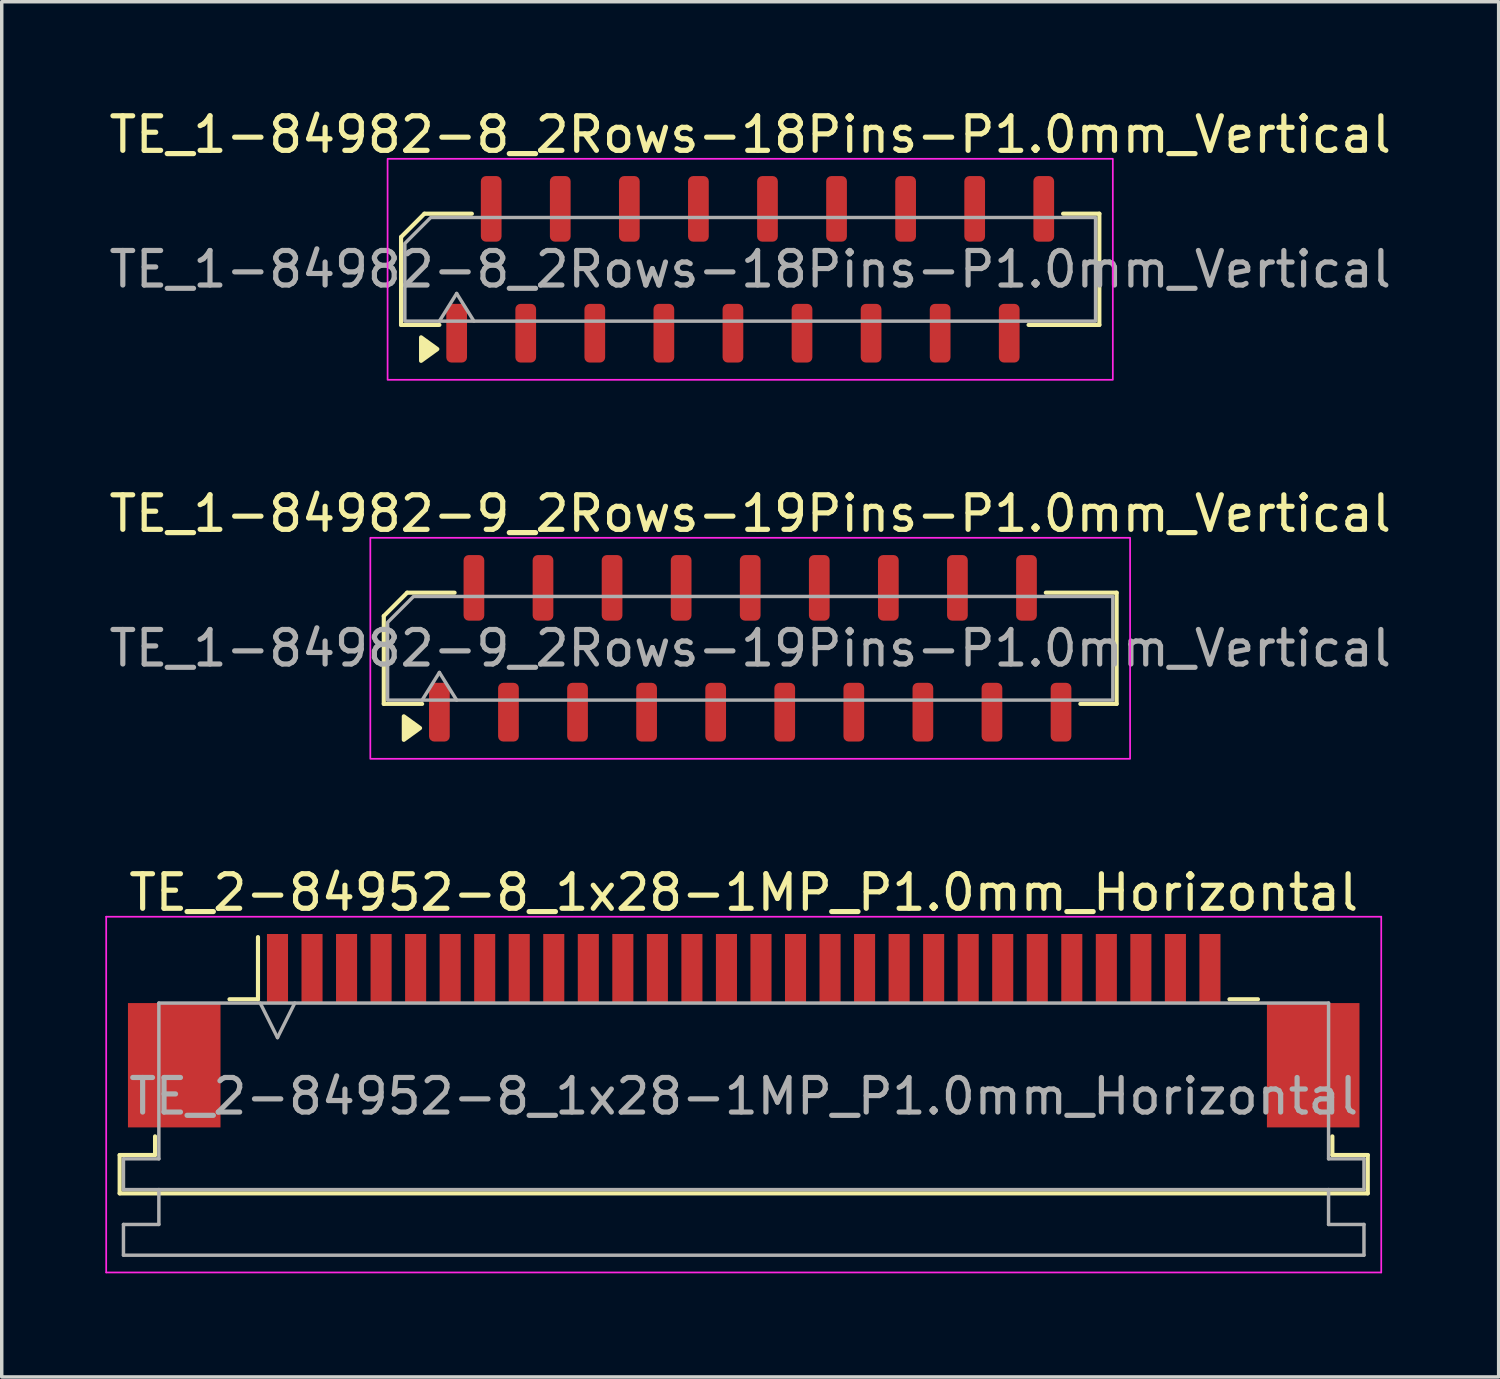
<source format=kicad_pcb>
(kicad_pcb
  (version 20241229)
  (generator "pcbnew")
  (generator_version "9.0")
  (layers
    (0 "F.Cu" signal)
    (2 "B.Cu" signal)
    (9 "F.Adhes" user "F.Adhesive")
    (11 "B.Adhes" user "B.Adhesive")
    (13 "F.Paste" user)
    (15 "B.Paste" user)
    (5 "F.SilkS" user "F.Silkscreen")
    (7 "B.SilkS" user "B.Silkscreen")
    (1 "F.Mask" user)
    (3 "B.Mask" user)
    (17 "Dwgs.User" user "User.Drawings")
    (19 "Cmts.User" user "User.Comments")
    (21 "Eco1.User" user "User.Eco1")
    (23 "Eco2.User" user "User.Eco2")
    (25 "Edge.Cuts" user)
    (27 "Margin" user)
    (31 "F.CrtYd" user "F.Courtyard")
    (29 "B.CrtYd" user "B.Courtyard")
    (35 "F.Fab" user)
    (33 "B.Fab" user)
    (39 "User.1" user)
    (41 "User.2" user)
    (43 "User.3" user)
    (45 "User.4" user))
  (footprint "TE_1-84982-9_2Rows-19Pins-P1.0mm_Vertical"
    (layer "F.Cu")
    (at 18.673 15.722)
    (property "Reference" "TE_1-84982-9_2Rows-19Pins-P1.0mm_Vertical" (at 0 -3.9 0) (layer "F.SilkS") (effects (font (size 1 1) (thickness 0.15))))
    (attr smd)
    (fp_line (start -10.61 -0.934) (end -10.61 1.61) (stroke (width 0.12) (type solid)) (layer "F.SilkS"))
    (fp_line (start -10.61 1.61) (end -9.5 1.61) (stroke (width 0.12) (type solid)) (layer "F.SilkS"))
    (fp_line (start -9.934 -1.61) (end -10.61 -0.934) (stroke (width 0.12) (type solid)) (layer "F.SilkS"))
    (fp_line (start -8.56 -1.61) (end -9.934 -1.61) (stroke (width 0.12) (type solid)) (layer "F.SilkS"))
    (fp_line (start 9.56 1.61) (end 10.61 1.61) (stroke (width 0.12) (type solid)) (layer "F.SilkS"))
    (fp_line (start 10.61 -1.61) (end 8.56 -1.61) (stroke (width 0.12) (type solid)) (layer "F.SilkS"))
    (fp_line (start 10.61 1.61) (end 10.61 -1.61) (stroke (width 0.12) (type solid)) (layer "F.SilkS"))
    (fp_poly (pts (xy -9.56 2.31) (xy -10.03 2.65) (xy -10.03 1.97)) (stroke (width 0.12) (type solid)) (fill yes) (layer "F.SilkS"))
    (fp_rect (start -11 -3.2) (end 11 3.2) (stroke (width 0.05) (type solid)) (fill no) (layer "F.CrtYd"))
    (fp_line (start -9.5 1.5) (end -9 0.7) (stroke (width 0.1) (type solid)) (layer "F.Fab"))
    (fp_line (start -9 0.7) (end -8.5 1.5) (stroke (width 0.1) (type solid)) (layer "F.Fab"))
    (fp_poly (pts (xy -10.5 -0.75) (xy -10.5 1.5) (xy 10.5 1.5) (xy 10.5 -1.5) (xy -9.75 -1.5)) (stroke (width 0.1) (type solid)) (fill no) (layer "F.Fab"))
    (fp_text user "${REFERENCE}" (at 0 0 0) (layer "F.Fab") (effects (font (size 1 1) (thickness 0.15))))
    (pad "1" smd roundrect (at -9 1.85) (size 0.6 1.7) (layers "F.Cu" "F.Mask" "F.Paste") (roundrect_rratio 0.25))
    (pad "2" smd roundrect (at -8 -1.75) (size 0.6 1.9) (layers "F.Cu" "F.Mask" "F.Paste") (roundrect_rratio 0.25))
    (pad "3" smd roundrect (at -7 1.85) (size 0.6 1.7) (layers "F.Cu" "F.Mask" "F.Paste") (roundrect_rratio 0.25))
    (pad "4" smd roundrect (at -6 -1.75) (size 0.6 1.9) (layers "F.Cu" "F.Mask" "F.Paste") (roundrect_rratio 0.25))
    (pad "5" smd roundrect (at -5 1.85) (size 0.6 1.7) (layers "F.Cu" "F.Mask" "F.Paste") (roundrect_rratio 0.25))
    (pad "6" smd roundrect (at -4 -1.75) (size 0.6 1.9) (layers "F.Cu" "F.Mask" "F.Paste") (roundrect_rratio 0.25))
    (pad "7" smd roundrect (at -3 1.85) (size 0.6 1.7) (layers "F.Cu" "F.Mask" "F.Paste") (roundrect_rratio 0.25))
    (pad "8" smd roundrect (at -2 -1.75) (size 0.6 1.9) (layers "F.Cu" "F.Mask" "F.Paste") (roundrect_rratio 0.25))
    (pad "9" smd roundrect (at -1 1.85) (size 0.6 1.7) (layers "F.Cu" "F.Mask" "F.Paste") (roundrect_rratio 0.25))
    (pad "10" smd roundrect (at 0 -1.75) (size 0.6 1.9) (layers "F.Cu" "F.Mask" "F.Paste") (roundrect_rratio 0.25))
    (pad "11" smd roundrect (at 1 1.85) (size 0.6 1.7) (layers "F.Cu" "F.Mask" "F.Paste") (roundrect_rratio 0.25))
    (pad "12" smd roundrect (at 2 -1.75) (size 0.6 1.9) (layers "F.Cu" "F.Mask" "F.Paste") (roundrect_rratio 0.25))
    (pad "13" smd roundrect (at 3 1.85) (size 0.6 1.7) (layers "F.Cu" "F.Mask" "F.Paste") (roundrect_rratio 0.25))
    (pad "14" smd roundrect (at 4 -1.75) (size 0.6 1.9) (layers "F.Cu" "F.Mask" "F.Paste") (roundrect_rratio 0.25))
    (pad "15" smd roundrect (at 5 1.85) (size 0.6 1.7) (layers "F.Cu" "F.Mask" "F.Paste") (roundrect_rratio 0.25))
    (pad "16" smd roundrect (at 6 -1.75) (size 0.6 1.9) (layers "F.Cu" "F.Mask" "F.Paste") (roundrect_rratio 0.25))
    (pad "17" smd roundrect (at 7 1.85) (size 0.6 1.7) (layers "F.Cu" "F.Mask" "F.Paste") (roundrect_rratio 0.25))
    (pad "18" smd roundrect (at 8 -1.75) (size 0.6 1.9) (layers "F.Cu" "F.Mask" "F.Paste") (roundrect_rratio 0.25))
    (pad "19" smd roundrect (at 9 1.85) (size 0.6 1.7) (layers "F.Cu" "F.Mask" "F.Paste") (roundrect_rratio 0.25)))
  (footprint "TE_1-84982-8_2Rows-18Pins-P1.0mm_Vertical"
    (layer "F.Cu")
    (at 18.673 4.748)
    (property "Reference" "TE_1-84982-8_2Rows-18Pins-P1.0mm_Vertical" (at 0 -3.9 0) (layer "F.SilkS") (effects (font (size 1 1) (thickness 0.15))))
    (attr smd)
    (fp_line (start -10.11 -0.934) (end -10.11 1.61) (stroke (width 0.12) (type solid)) (layer "F.SilkS"))
    (fp_line (start -10.11 1.61) (end -9 1.61) (stroke (width 0.12) (type solid)) (layer "F.SilkS"))
    (fp_line (start -9.434 -1.61) (end -10.11 -0.934) (stroke (width 0.12) (type solid)) (layer "F.SilkS"))
    (fp_line (start -8.06 -1.61) (end -9.434 -1.61) (stroke (width 0.12) (type solid)) (layer "F.SilkS"))
    (fp_line (start 8.06 1.61) (end 10.11 1.61) (stroke (width 0.12) (type solid)) (layer "F.SilkS"))
    (fp_line (start 10.11 -1.61) (end 9.06 -1.61) (stroke (width 0.12) (type solid)) (layer "F.SilkS"))
    (fp_line (start 10.11 1.61) (end 10.11 -1.61) (stroke (width 0.12) (type solid)) (layer "F.SilkS"))
    (fp_poly (pts (xy -9.06 2.31) (xy -9.53 2.65) (xy -9.53 1.97)) (stroke (width 0.12) (type solid)) (fill yes) (layer "F.SilkS"))
    (fp_rect (start -10.5 -3.2) (end 10.5 3.2) (stroke (width 0.05) (type solid)) (fill no) (layer "F.CrtYd"))
    (fp_line (start -9 1.5) (end -8.5 0.7) (stroke (width 0.1) (type solid)) (layer "F.Fab"))
    (fp_line (start -8.5 0.7) (end -8 1.5) (stroke (width 0.1) (type solid)) (layer "F.Fab"))
    (fp_poly (pts (xy -10 -0.75) (xy -10 1.5) (xy 10 1.5) (xy 10 -1.5) (xy -9.25 -1.5)) (stroke (width 0.1) (type solid)) (fill no) (layer "F.Fab"))
    (fp_text user "${REFERENCE}" (at 0 0 0) (layer "F.Fab") (effects (font (size 1 1) (thickness 0.15))))
    (pad "1" smd roundrect (at -8.5 1.85) (size 0.6 1.7) (layers "F.Cu" "F.Mask" "F.Paste") (roundrect_rratio 0.25))
    (pad "2" smd roundrect (at -7.5 -1.75) (size 0.6 1.9) (layers "F.Cu" "F.Mask" "F.Paste") (roundrect_rratio 0.25))
    (pad "3" smd roundrect (at -6.5 1.85) (size 0.6 1.7) (layers "F.Cu" "F.Mask" "F.Paste") (roundrect_rratio 0.25))
    (pad "4" smd roundrect (at -5.5 -1.75) (size 0.6 1.9) (layers "F.Cu" "F.Mask" "F.Paste") (roundrect_rratio 0.25))
    (pad "5" smd roundrect (at -4.5 1.85) (size 0.6 1.7) (layers "F.Cu" "F.Mask" "F.Paste") (roundrect_rratio 0.25))
    (pad "6" smd roundrect (at -3.5 -1.75) (size 0.6 1.9) (layers "F.Cu" "F.Mask" "F.Paste") (roundrect_rratio 0.25))
    (pad "7" smd roundrect (at -2.5 1.85) (size 0.6 1.7) (layers "F.Cu" "F.Mask" "F.Paste") (roundrect_rratio 0.25))
    (pad "8" smd roundrect (at -1.5 -1.75) (size 0.6 1.9) (layers "F.Cu" "F.Mask" "F.Paste") (roundrect_rratio 0.25))
    (pad "9" smd roundrect (at -0.5 1.85) (size 0.6 1.7) (layers "F.Cu" "F.Mask" "F.Paste") (roundrect_rratio 0.25))
    (pad "10" smd roundrect (at 0.5 -1.75) (size 0.6 1.9) (layers "F.Cu" "F.Mask" "F.Paste") (roundrect_rratio 0.25))
    (pad "11" smd roundrect (at 1.5 1.85) (size 0.6 1.7) (layers "F.Cu" "F.Mask" "F.Paste") (roundrect_rratio 0.25))
    (pad "12" smd roundrect (at 2.5 -1.75) (size 0.6 1.9) (layers "F.Cu" "F.Mask" "F.Paste") (roundrect_rratio 0.25))
    (pad "13" smd roundrect (at 3.5 1.85) (size 0.6 1.7) (layers "F.Cu" "F.Mask" "F.Paste") (roundrect_rratio 0.25))
    (pad "14" smd roundrect (at 4.5 -1.75) (size 0.6 1.9) (layers "F.Cu" "F.Mask" "F.Paste") (roundrect_rratio 0.25))
    (pad "15" smd roundrect (at 5.5 1.85) (size 0.6 1.7) (layers "F.Cu" "F.Mask" "F.Paste") (roundrect_rratio 0.25))
    (pad "16" smd roundrect (at 6.5 -1.75) (size 0.6 1.9) (layers "F.Cu" "F.Mask" "F.Paste") (roundrect_rratio 0.25))
    (pad "17" smd roundrect (at 7.5 1.85) (size 0.6 1.7) (layers "F.Cu" "F.Mask" "F.Paste") (roundrect_rratio 0.25))
    (pad "18" smd roundrect (at 8.5 -1.75) (size 0.6 1.9) (layers "F.Cu" "F.Mask" "F.Paste") (roundrect_rratio 0.25)))
  (footprint "TE_2-84952-8_1x28-1MP_P1.0mm_Horizontal"
    (layer "F.Cu")
    (at 18.485 26.795)
    (property "Reference" "TE_2-84952-8_1x28-1MP_P1.0mm_Horizontal" (at 0 -4 0) (layer "F.SilkS") (effects (font (size 1 1) (thickness 0.15))))
    (attr smd)
    (fp_line (start -18.07 3.6) (end -17.045 3.6) (stroke (width 0.12) (type solid)) (layer "F.SilkS"))
    (fp_line (start -18.07 4.71) (end -18.07 3.6) (stroke (width 0.12) (type solid)) (layer "F.SilkS"))
    (fp_line (start -17.045 3.6) (end -17.045 3.06) (stroke (width 0.12) (type solid)) (layer "F.SilkS"))
    (fp_line (start -14.89 -0.91) (end -14.065 -0.91) (stroke (width 0.12) (type solid)) (layer "F.SilkS"))
    (fp_line (start -14.065 -0.91) (end -14.065 -2.71) (stroke (width 0.12) (type solid)) (layer "F.SilkS"))
    (fp_line (start 14.065 -0.91) (end 14.89 -0.91) (stroke (width 0.12) (type solid)) (layer "F.SilkS"))
    (fp_line (start 17.045 3.06) (end 17.045 3.6) (stroke (width 0.12) (type solid)) (layer "F.SilkS"))
    (fp_line (start 17.045 3.6) (end 18.07 3.6) (stroke (width 0.12) (type solid)) (layer "F.SilkS"))
    (fp_line (start 18.07 3.6) (end 18.07 4.71) (stroke (width 0.12) (type solid)) (layer "F.SilkS"))
    (fp_line (start 18.07 4.71) (end -18.07 4.71) (stroke (width 0.12) (type solid)) (layer "F.SilkS"))
    (fp_line (start -18.46 -3.3) (end -18.46 7) (stroke (width 0.05) (type solid)) (layer "F.CrtYd"))
    (fp_line (start -18.46 7) (end 18.46 7) (stroke (width 0.05) (type solid)) (layer "F.CrtYd"))
    (fp_line (start 18.46 -3.3) (end -18.46 -3.3) (stroke (width 0.05) (type solid)) (layer "F.CrtYd"))
    (fp_line (start 18.46 7) (end 18.46 -3.3) (stroke (width 0.05) (type solid)) (layer "F.CrtYd"))
    (fp_line (start -17.96 3.71) (end -16.935 3.71) (stroke (width 0.1) (type solid)) (layer "F.Fab"))
    (fp_line (start -17.96 4.6) (end -17.96 3.71) (stroke (width 0.1) (type solid)) (layer "F.Fab"))
    (fp_line (start -17.96 5.61) (end -16.935 5.61) (stroke (width 0.1) (type solid)) (layer "F.Fab"))
    (fp_line (start -17.96 6.5) (end -17.96 5.61) (stroke (width 0.1) (type solid)) (layer "F.Fab"))
    (fp_line (start -16.935 -0.8) (end 16.935 -0.8) (stroke (width 0.1) (type solid)) (layer "F.Fab"))
    (fp_line (start -16.935 3.71) (end -16.935 -0.8) (stroke (width 0.1) (type solid)) (layer "F.Fab"))
    (fp_line (start -16.935 5.61) (end -16.935 4.6) (stroke (width 0.1) (type solid)) (layer "F.Fab"))
    (fp_line (start -14 -0.8) (end -13.5 0.2) (stroke (width 0.1) (type solid)) (layer "F.Fab"))
    (fp_line (start -13.5 0.2) (end -13 -0.8) (stroke (width 0.1) (type solid)) (layer "F.Fab"))
    (fp_line (start 16.935 -0.8) (end 16.935 3.71) (stroke (width 0.1) (type solid)) (layer "F.Fab"))
    (fp_line (start 16.935 3.71) (end 17.96 3.71) (stroke (width 0.1) (type solid)) (layer "F.Fab"))
    (fp_line (start 16.935 4.6) (end 16.935 5.61) (stroke (width 0.1) (type solid)) (layer "F.Fab"))
    (fp_line (start 16.935 5.61) (end 17.96 5.61) (stroke (width 0.1) (type solid)) (layer "F.Fab"))
    (fp_line (start 17.96 3.71) (end 17.96 4.6) (stroke (width 0.1) (type solid)) (layer "F.Fab"))
    (fp_line (start 17.96 4.6) (end -17.96 4.6) (stroke (width 0.1) (type solid)) (layer "F.Fab"))
    (fp_line (start 17.96 5.61) (end 17.96 6.5) (stroke (width 0.1) (type solid)) (layer "F.Fab"))
    (fp_line (start 17.96 6.5) (end -17.96 6.5) (stroke (width 0.1) (type solid)) (layer "F.Fab"))
    (fp_text user "${REFERENCE}" (at 0 1.9 0) (layer "F.Fab") (effects (font (size 1 1) (thickness 0.15))))
    (pad "1" smd rect (at -13.5 -1.8) (size 0.61 2) (layers "F.Cu" "F.Mask" "F.Paste"))
    (pad "2" smd rect (at -12.5 -1.8) (size 0.61 2) (layers "F.Cu" "F.Mask" "F.Paste"))
    (pad "3" smd rect (at -11.5 -1.8) (size 0.61 2) (layers "F.Cu" "F.Mask" "F.Paste"))
    (pad "4" smd rect (at -10.5 -1.8) (size 0.61 2) (layers "F.Cu" "F.Mask" "F.Paste"))
    (pad "5" smd rect (at -9.5 -1.8) (size 0.61 2) (layers "F.Cu" "F.Mask" "F.Paste"))
    (pad "6" smd rect (at -8.5 -1.8) (size 0.61 2) (layers "F.Cu" "F.Mask" "F.Paste"))
    (pad "7" smd rect (at -7.5 -1.8) (size 0.61 2) (layers "F.Cu" "F.Mask" "F.Paste"))
    (pad "8" smd rect (at -6.5 -1.8) (size 0.61 2) (layers "F.Cu" "F.Mask" "F.Paste"))
    (pad "9" smd rect (at -5.5 -1.8) (size 0.61 2) (layers "F.Cu" "F.Mask" "F.Paste"))
    (pad "10" smd rect (at -4.5 -1.8) (size 0.61 2) (layers "F.Cu" "F.Mask" "F.Paste"))
    (pad "11" smd rect (at -3.5 -1.8) (size 0.61 2) (layers "F.Cu" "F.Mask" "F.Paste"))
    (pad "12" smd rect (at -2.5 -1.8) (size 0.61 2) (layers "F.Cu" "F.Mask" "F.Paste"))
    (pad "13" smd rect (at -1.5 -1.8) (size 0.61 2) (layers "F.Cu" "F.Mask" "F.Paste"))
    (pad "14" smd rect (at -0.5 -1.8) (size 0.61 2) (layers "F.Cu" "F.Mask" "F.Paste"))
    (pad "15" smd rect (at 0.5 -1.8) (size 0.61 2) (layers "F.Cu" "F.Mask" "F.Paste"))
    (pad "16" smd rect (at 1.5 -1.8) (size 0.61 2) (layers "F.Cu" "F.Mask" "F.Paste"))
    (pad "17" smd rect (at 2.5 -1.8) (size 0.61 2) (layers "F.Cu" "F.Mask" "F.Paste"))
    (pad "18" smd rect (at 3.5 -1.8) (size 0.61 2) (layers "F.Cu" "F.Mask" "F.Paste"))
    (pad "19" smd rect (at 4.5 -1.8) (size 0.61 2) (layers "F.Cu" "F.Mask" "F.Paste"))
    (pad "20" smd rect (at 5.5 -1.8) (size 0.61 2) (layers "F.Cu" "F.Mask" "F.Paste"))
    (pad "21" smd rect (at 6.5 -1.8) (size 0.61 2) (layers "F.Cu" "F.Mask" "F.Paste"))
    (pad "22" smd rect (at 7.5 -1.8) (size 0.61 2) (layers "F.Cu" "F.Mask" "F.Paste"))
    (pad "23" smd rect (at 8.5 -1.8) (size 0.61 2) (layers "F.Cu" "F.Mask" "F.Paste"))
    (pad "24" smd rect (at 9.5 -1.8) (size 0.61 2) (layers "F.Cu" "F.Mask" "F.Paste"))
    (pad "25" smd rect (at 10.5 -1.8) (size 0.61 2) (layers "F.Cu" "F.Mask" "F.Paste"))
    (pad "26" smd rect (at 11.5 -1.8) (size 0.61 2) (layers "F.Cu" "F.Mask" "F.Paste"))
    (pad "27" smd rect (at 12.5 -1.8) (size 0.61 2) (layers "F.Cu" "F.Mask" "F.Paste"))
    (pad "28" smd rect (at 13.5 -1.8) (size 0.61 2) (layers "F.Cu" "F.Mask" "F.Paste"))
    (pad "MP" smd rect (at -16.49 1) (size 2.68 3.6) (layers "F.Cu" "F.Mask" "F.Paste"))
    (pad "MP" smd rect (at 16.49 1) (size 2.68 3.6) (layers "F.Cu" "F.Mask" "F.Paste")))
  (gr_rect
    (start -3 -3)
    (end 40.345 36.82)
    (stroke (width 0.1) (type default))
    (fill no)
    (layer "Edge.Cuts")))
</source>
